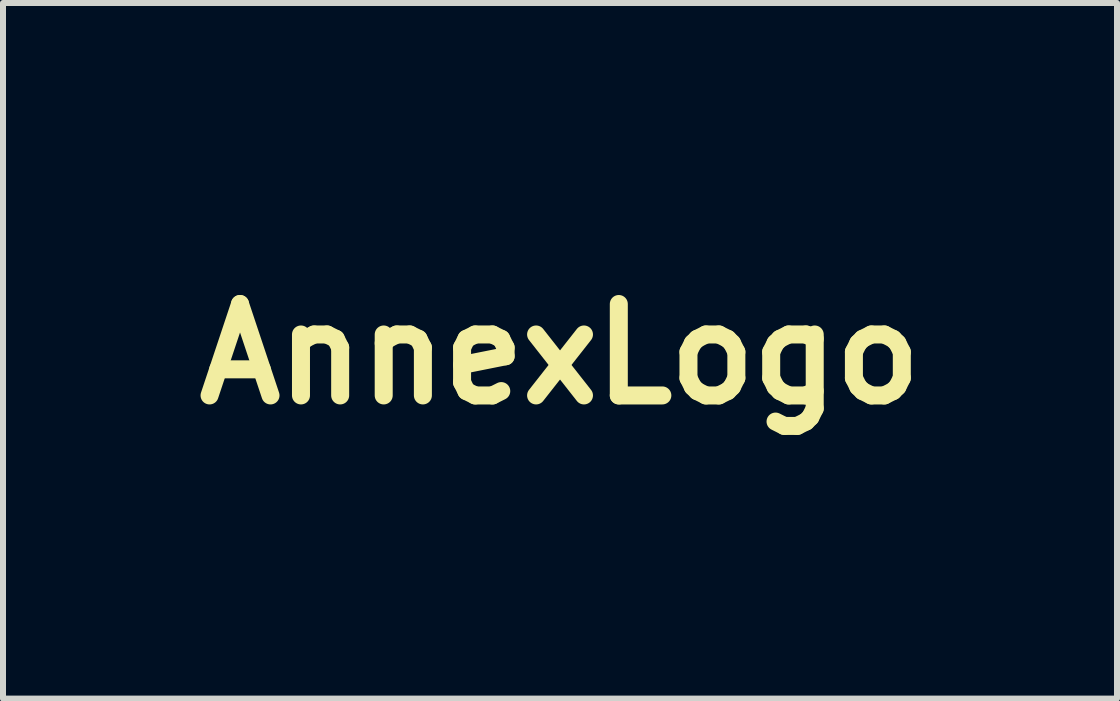
<source format=kicad_pcb>
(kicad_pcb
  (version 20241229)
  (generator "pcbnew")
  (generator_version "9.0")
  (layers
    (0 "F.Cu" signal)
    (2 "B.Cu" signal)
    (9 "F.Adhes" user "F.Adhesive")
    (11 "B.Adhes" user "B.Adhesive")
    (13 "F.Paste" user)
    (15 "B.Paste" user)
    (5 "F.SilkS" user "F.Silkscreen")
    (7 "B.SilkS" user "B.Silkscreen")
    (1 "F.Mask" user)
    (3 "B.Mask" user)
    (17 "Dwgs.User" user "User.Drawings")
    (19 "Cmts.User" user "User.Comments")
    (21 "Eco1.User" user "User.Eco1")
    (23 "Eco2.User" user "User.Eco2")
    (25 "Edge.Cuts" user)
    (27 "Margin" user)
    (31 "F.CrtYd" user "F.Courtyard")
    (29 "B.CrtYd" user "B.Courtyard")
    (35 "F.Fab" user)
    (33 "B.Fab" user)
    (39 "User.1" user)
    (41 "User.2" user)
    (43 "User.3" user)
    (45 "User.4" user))
  (footprint "AnnexLogo"
    (layer "F.Cu")
    (at 6.285 2.852)
    (property "Reference" "AnnexLogo" (at 0 0 0) (layer "F.SilkS") (effects (font (size 1.524 1.524) (thickness 0.3))))
    (attr through_hole)
    (fp_poly (pts (xy -0.089 0.315) (xy 0.031 0.316) (xy 0.126 0.319) (xy 0.184 0.322) (xy 0.198 0.325) (xy 0.18 0.349) (xy 0.133 0.402) (xy 0.067 0.474) (xy 0.063 0.478) (xy -0.071 0.622) (xy -0.223 0.468) (xy -0.375 0.314) (xy -0.089 0.315)) (stroke (width 0.01) (type solid)) (fill yes) (layer "F.Mask"))
    (fp_poly (pts (xy 1.243 -2.84) (xy 1.344 -2.78) (xy 1.357 -2.768) (xy 1.425 -2.668) (xy 1.443 -2.565) (xy 1.415 -2.471) (xy 1.345 -2.396) (xy 1.237 -2.354) (xy 1.222 -2.351) (xy 1.14 -2.346) (xy 1.082 -2.366) (xy 1.02 -2.419) (xy 1.017 -2.421) (xy 0.951 -2.509) (xy 0.937 -2.586) (xy 1.116 -2.586) (xy 1.137 -2.543) (xy 1.193 -2.513) (xy 1.239 -2.533) (xy 1.253 -2.557) (xy 1.257 -2.619) (xy 1.214 -2.65) (xy 1.187 -2.653) (xy 1.134 -2.632) (xy 1.116 -2.586) (xy 0.937 -2.586) (xy 0.935 -2.597) (xy 0.969 -2.699) (xy 0.974 -2.71) (xy 1.048 -2.803) (xy 1.141 -2.847) (xy 1.243 -2.84)) (stroke (width 0.01) (type solid)) (fill yes) (layer "F.Mask"))
    (fp_poly (pts (xy -0.354 0.564) (xy -0.255 0.66) (xy -0.169 0.739) (xy -0.104 0.794) (xy -0.069 0.818) (xy -0.067 0.818) (xy -0.038 0.799) (xy 0.021 0.747) (xy 0.103 0.669) (xy 0.198 0.574) (xy 0.207 0.564) (xy 0.313 0.457) (xy 0.39 0.384) (xy 0.448 0.34) (xy 0.494 0.318) (xy 0.539 0.311) (xy 0.551 0.31) (xy 0.616 0.316) (xy 0.648 0.329) (xy 0.649 0.332) (xy 0.63 0.358) (xy 0.578 0.417) (xy 0.498 0.501) (xy 0.399 0.602) (xy 0.331 0.671) (xy 0.193 0.808) (xy 0.086 0.906) (xy -0.001 0.966) (xy -0.076 0.987) (xy -0.15 0.972) (xy -0.232 0.919) (xy -0.333 0.829) (xy -0.46 0.705) (xy -0.748 0.421) (xy -0.923 0.427) (xy -1.055 0.421) (xy -1.143 0.395) (xy -1.183 0.35) (xy -1.185 0.335) (xy -1.159 0.325) (xy -1.088 0.317) (xy -0.985 0.312) (xy -0.899 0.31) (xy -0.613 0.31) (xy -0.354 0.564)) (stroke (width 0.01) (type solid)) (fill yes) (layer "F.Mask"))
    (fp_poly (pts (xy 1.324 0.313) (xy 1.42 0.317) (xy 1.481 0.325) (xy 1.496 0.333) (xy 1.476 0.362) (xy 1.427 0.416) (xy 1.36 0.48) (xy 1.289 0.544) (xy 1.229 0.595) (xy 1.19 0.62) (xy 1.186 0.621) (xy 1.156 0.602) (xy 1.107 0.557) (xy 1.101 0.55) (xy 1.051 0.503) (xy 1.018 0.48) (xy 1.016 0.48) (xy 0.991 0.499) (xy 0.932 0.551) (xy 0.845 0.631) (xy 0.737 0.734) (xy 0.614 0.852) (xy 0.576 0.888) (xy 0.155 1.297) (xy -0.085 1.297) (xy -0.326 1.298) (xy -0.86 0.762) (xy -1.24 0.762) (xy -1.452 0.549) (xy -1.539 0.46) (xy -1.609 0.387) (xy -1.653 0.339) (xy -1.665 0.323) (xy -1.64 0.316) (xy -1.578 0.315) (xy -1.554 0.315) (xy -1.484 0.325) (xy -1.423 0.354) (xy -1.353 0.412) (xy -1.308 0.456) (xy -1.235 0.528) (xy -1.18 0.569) (xy -1.122 0.588) (xy -1.041 0.592) (xy -0.986 0.593) (xy -0.798 0.593) (xy -0.518 0.875) (xy -0.238 1.157) (xy 0.071 1.157) (xy 0.491 0.737) (xy 0.91 0.317) (xy 1.203 0.312) (xy 1.324 0.313)) (stroke (width 0.01) (type solid)) (fill yes) (layer "F.Mask"))
    (fp_poly (pts (xy -0.974 -0.717) (xy -0.927 -0.677) (xy -0.842 -0.593) (xy 0.363 -0.593) (xy 0.447 -0.677) (xy 0.542 -0.742) (xy 0.639 -0.76) (xy 0.73 -0.738) (xy 0.805 -0.685) (xy 0.857 -0.609) (xy 0.876 -0.518) (xy 0.854 -0.419) (xy 0.807 -0.348) (xy 0.721 -0.284) (xy 0.618 -0.264) (xy 0.517 -0.286) (xy 0.44 -0.346) (xy 0.379 -0.423) (xy -0.248 -0.423) (xy -0.475 -0.422) (xy -0.653 -0.418) (xy -0.78 -0.412) (xy -0.854 -0.404) (xy -0.875 -0.395) (xy -0.898 -0.361) (xy -0.953 -0.319) (xy -1.021 -0.281) (xy -1.082 -0.258) (xy -1.101 -0.256) (xy -1.161 -0.268) (xy -1.203 -0.282) (xy -1.291 -0.344) (xy -1.341 -0.435) (xy -1.349 -0.52) (xy -1.178 -0.52) (xy -1.157 -0.465) (xy -1.124 -0.43) (xy -1.097 -0.433) (xy -1.059 -0.469) (xy -1.03 -0.514) (xy 0.567 -0.514) (xy 0.575 -0.466) (xy 0.608 -0.427) (xy 0.654 -0.441) (xy 0.677 -0.465) (xy 0.698 -0.522) (xy 0.682 -0.572) (xy 0.635 -0.593) (xy 0.588 -0.569) (xy 0.567 -0.514) (xy -1.03 -0.514) (xy -1.03 -0.514) (xy -1.047 -0.553) (xy -1.095 -0.588) (xy -1.119 -0.593) (xy -1.163 -0.571) (xy -1.178 -0.52) (xy -1.349 -0.52) (xy -1.351 -0.539) (xy -1.317 -0.64) (xy -1.28 -0.688) (xy -1.183 -0.751) (xy -1.078 -0.761) (xy -0.974 -0.717)) (stroke (width 0.01) (type solid)) (fill yes) (layer "F.Mask"))
    (fp_poly (pts (xy -2.43 0.318) (xy -2.393 0.334) (xy -2.348 0.365) (xy -2.287 0.416) (xy -2.206 0.492) (xy -2.098 0.598) (xy -1.957 0.738) (xy -1.921 0.775) (xy -1.452 1.243) (xy -1.269 1.245) (xy -1.087 1.246) (xy -0.677 1.654) (xy -0.267 2.061) (xy -0.142 1.934) (xy -0.072 1.866) (xy -0.019 1.827) (xy 0.04 1.811) (xy 0.126 1.806) (xy 0.171 1.806) (xy 0.358 1.806) (xy 0.679 1.482) (xy 0.999 1.157) (xy 1.093 1.248) (xy 1.187 1.339) (xy 1.703 0.823) (xy 1.86 0.666) (xy 1.983 0.545) (xy 2.077 0.455) (xy 2.147 0.391) (xy 2.2 0.35) (xy 2.24 0.326) (xy 2.274 0.316) (xy 2.306 0.314) (xy 2.331 0.316) (xy 2.441 0.325) (xy 1.825 0.931) (xy 1.671 1.082) (xy 1.53 1.22) (xy 1.407 1.34) (xy 1.306 1.437) (xy 1.234 1.506) (xy 1.194 1.542) (xy 1.188 1.546) (xy 1.157 1.532) (xy 1.108 1.49) (xy 1.101 1.482) (xy 1.048 1.434) (xy 1.006 1.411) (xy 1.003 1.411) (xy 0.973 1.43) (xy 0.912 1.482) (xy 0.827 1.561) (xy 0.727 1.658) (xy 0.691 1.693) (xy 0.41 1.976) (xy 0.044 1.976) (xy -0.269 2.286) (xy -0.706 1.848) (xy -1.142 1.411) (xy -1.51 1.41) (xy -2.059 0.867) (xy -2.608 0.325) (xy -2.499 0.316) (xy -2.463 0.314) (xy -2.43 0.318)) (stroke (width 0.01) (type solid)) (fill yes) (layer "F.Mask"))
    (fp_poly (pts (xy -0.157 -1.194) (xy -0.08 -1.138) (xy -0.03 -1.056) (xy -0.017 -0.957) (xy -0.043 -0.863) (xy -0.111 -0.777) (xy -0.204 -0.731) (xy -0.306 -0.726) (xy -0.402 -0.765) (xy -0.443 -0.803) (xy -0.468 -0.83) (xy -0.495 -0.849) (xy -0.532 -0.862) (xy -0.591 -0.87) (xy -0.679 -0.873) (xy -0.806 -0.875) (xy -0.952 -0.875) (xy -1.4 -0.875) (xy -1.51 -0.762) (xy -1.575 -0.689) (xy -1.607 -0.631) (xy -1.615 -0.564) (xy -1.614 -0.529) (xy -1.625 -0.413) (xy -1.673 -0.334) (xy -1.761 -0.283) (xy -1.827 -0.261) (xy -1.871 -0.259) (xy -1.919 -0.274) (xy -2.011 -0.331) (xy -2.066 -0.413) (xy -2.087 -0.508) (xy -2.087 -0.51) (xy -1.917 -0.51) (xy -1.903 -0.462) (xy -1.889 -0.45) (xy -1.831 -0.439) (xy -1.79 -0.471) (xy -1.784 -0.519) (xy -1.813 -0.569) (xy -1.848 -0.579) (xy -1.896 -0.557) (xy -1.917 -0.51) (xy -2.087 -0.51) (xy -2.074 -0.603) (xy -2.03 -0.685) (xy -1.955 -0.743) (xy -1.859 -0.762) (xy -1.8 -0.772) (xy -1.736 -0.806) (xy -1.654 -0.872) (xy -1.61 -0.914) (xy -1.547 -0.974) (xy -0.334 -0.974) (xy -0.327 -0.942) (xy -0.293 -0.909) (xy -0.247 -0.915) (xy -0.211 -0.954) (xy -0.203 -0.981) (xy -0.208 -1.031) (xy -0.25 -1.044) (xy -0.314 -1.025) (xy -0.334 -0.974) (xy -1.547 -0.974) (xy -1.45 -1.066) (xy -0.983 -1.067) (xy -0.81 -1.067) (xy -0.685 -1.069) (xy -0.598 -1.074) (xy -0.539 -1.082) (xy -0.5 -1.095) (xy -0.471 -1.114) (xy -0.442 -1.141) (xy -0.442 -1.141) (xy -0.348 -1.203) (xy -0.25 -1.218) (xy -0.157 -1.194)) (stroke (width 0.01) (type solid)) (fill yes) (layer "F.Mask"))
    (fp_poly (pts (xy -2.919 0.313) (xy -2.887 0.323) (xy -2.849 0.345) (xy -2.798 0.383) (xy -2.732 0.442) (xy -2.645 0.524) (xy -2.532 0.635) (xy -2.389 0.778) (xy -2.223 0.945) (xy -1.595 1.58) (xy -1.196 1.58) (xy -0.735 2.046) (xy -0.604 2.178) (xy -0.485 2.296) (xy -0.386 2.393) (xy -0.311 2.465) (xy -0.266 2.505) (xy -0.256 2.512) (xy -0.23 2.493) (xy -0.174 2.443) (xy -0.098 2.37) (xy -0.056 2.328) (xy 0.125 2.145) (xy 0.493 2.145) (xy 0.754 1.885) (xy 1.015 1.625) (xy 1.201 1.806) (xy 1.904 1.1) (xy 2.068 0.937) (xy 2.22 0.786) (xy 2.355 0.654) (xy 2.469 0.544) (xy 2.558 0.462) (xy 2.615 0.411) (xy 2.636 0.396) (xy 2.682 0.412) (xy 2.715 0.433) (xy 2.724 0.446) (xy 2.721 0.466) (xy 2.704 0.497) (xy 2.668 0.544) (xy 2.611 0.609) (xy 2.529 0.696) (xy 2.419 0.81) (xy 2.277 0.953) (xy 2.101 1.13) (xy 1.98 1.251) (xy 1.197 2.033) (xy 1.105 1.943) (xy 1.013 1.853) (xy 0.795 2.069) (xy 0.577 2.286) (xy 0.207 2.286) (xy -0.021 2.512) (xy -0.113 2.601) (xy -0.188 2.674) (xy -0.24 2.722) (xy -0.259 2.738) (xy -0.28 2.718) (xy -0.337 2.665) (xy -0.421 2.582) (xy -0.53 2.475) (xy -0.656 2.35) (xy -0.762 2.244) (xy -1.256 1.75) (xy -1.454 1.75) (xy -1.651 1.75) (xy -2.35 1.051) (xy -2.512 0.888) (xy -2.662 0.737) (xy -2.793 0.603) (xy -2.902 0.491) (xy -2.983 0.405) (xy -3.034 0.35) (xy -3.048 0.331) (xy -3.023 0.318) (xy -2.962 0.311) (xy -2.949 0.31) (xy -2.919 0.313)) (stroke (width 0.01) (type solid)) (fill yes) (layer "F.Mask"))
    (fp_poly (pts (xy 1.862 0.315) (xy 1.865 0.315) (xy 1.978 0.322) (xy 1.183 1.115) (xy 1.096 1.019) (xy 1.01 0.924) (xy 0.653 1.28) (xy 0.296 1.637) (xy 0.111 1.637) (xy 0.007 1.639) (xy -0.06 1.651) (xy -0.109 1.678) (xy -0.155 1.722) (xy -0.209 1.774) (xy -0.246 1.804) (xy -0.252 1.806) (xy -0.276 1.787) (xy -0.334 1.735) (xy -0.418 1.656) (xy -0.522 1.555) (xy -0.627 1.453) (xy -0.985 1.101) (xy -1.37 1.101) (xy -1.743 0.726) (xy -1.861 0.608) (xy -1.963 0.502) (xy -2.044 0.416) (xy -2.097 0.356) (xy -2.117 0.33) (xy -2.117 0.33) (xy -2.092 0.318) (xy -2.03 0.317) (xy -2.004 0.319) (xy -1.956 0.327) (xy -1.909 0.346) (xy -1.855 0.382) (xy -1.786 0.442) (xy -1.694 0.531) (xy -1.594 0.631) (xy -1.297 0.931) (xy -1.104 0.931) (xy -1 0.933) (xy -0.933 0.943) (xy -0.883 0.968) (xy -0.829 1.018) (xy -0.797 1.051) (xy -0.727 1.124) (xy -0.632 1.221) (xy -0.526 1.326) (xy -0.47 1.381) (xy -0.255 1.592) (xy -0.189 1.53) (xy -0.14 1.494) (xy -0.077 1.475) (xy 0.018 1.468) (xy 0.059 1.468) (xy 0.242 1.468) (xy 0.616 1.087) (xy 0.734 0.967) (xy 0.839 0.863) (xy 0.925 0.781) (xy 0.985 0.726) (xy 1.012 0.706) (xy 1.012 0.706) (xy 1.045 0.724) (xy 1.095 0.77) (xy 1.101 0.776) (xy 1.153 0.824) (xy 1.193 0.846) (xy 1.196 0.847) (xy 1.225 0.828) (xy 1.285 0.775) (xy 1.368 0.697) (xy 1.465 0.6) (xy 1.488 0.577) (xy 1.595 0.469) (xy 1.673 0.394) (xy 1.729 0.348) (xy 1.773 0.323) (xy 1.815 0.314) (xy 1.862 0.315)) (stroke (width 0.01) (type solid)) (fill yes) (layer "F.Mask"))
    (fp_poly (pts (xy -0.185 -1.948) (xy -0.176 -1.945) (xy -0.09 -1.89) (xy -0.032 -1.804) (xy -0.014 -1.704) (xy -0.02 -1.667) (xy -0.02 -1.631) (xy 0.001 -1.586) (xy 0.049 -1.524) (xy 0.131 -1.436) (xy 0.186 -1.38) (xy 0.408 -1.157) (xy 1.27 -1.157) (xy 1.27 -0.875) (xy 1.27 -0.747) (xy 1.274 -0.665) (xy 1.282 -0.619) (xy 1.298 -0.598) (xy 1.323 -0.593) (xy 1.338 -0.593) (xy 1.403 -0.613) (xy 1.476 -0.663) (xy 1.491 -0.677) (xy 1.585 -0.741) (xy 1.681 -0.758) (xy 1.772 -0.737) (xy 1.848 -0.686) (xy 1.901 -0.612) (xy 1.923 -0.524) (xy 1.903 -0.428) (xy 1.856 -0.354) (xy 1.761 -0.284) (xy 1.653 -0.266) (xy 1.54 -0.303) (xy 1.531 -0.309) (xy 1.472 -0.353) (xy 1.441 -0.389) (xy 1.439 -0.395) (xy 1.414 -0.41) (xy 1.346 -0.421) (xy 1.271 -0.423) (xy 1.103 -0.423) (xy 1.1 -0.504) (xy 1.612 -0.504) (xy 1.632 -0.456) (xy 1.641 -0.449) (xy 1.689 -0.445) (xy 1.729 -0.479) (xy 1.744 -0.531) (xy 1.74 -0.55) (xy 1.701 -0.585) (xy 1.673 -0.587) (xy 1.628 -0.556) (xy 1.612 -0.504) (xy 1.1 -0.504) (xy 1.095 -0.699) (xy 1.087 -0.974) (xy 0.712 -0.982) (xy 0.338 -0.989) (xy 0.094 -1.228) (xy -0.012 -1.331) (xy -0.088 -1.399) (xy -0.145 -1.44) (xy -0.192 -1.46) (xy -0.24 -1.467) (xy -0.26 -1.468) (xy -0.371 -1.49) (xy -0.45 -1.548) (xy -0.497 -1.63) (xy -0.508 -1.708) (xy -0.334 -1.708) (xy -0.327 -1.676) (xy -0.293 -1.643) (xy -0.247 -1.649) (xy -0.211 -1.688) (xy -0.203 -1.715) (xy -0.208 -1.765) (xy -0.25 -1.778) (xy -0.314 -1.759) (xy -0.334 -1.708) (xy -0.508 -1.708) (xy -0.51 -1.724) (xy -0.486 -1.819) (xy -0.425 -1.901) (xy -0.327 -1.958) (xy -0.265 -1.962) (xy -0.185 -1.948)) (stroke (width 0.01) (type solid)) (fill yes) (layer "F.Mask"))
    (fp_poly (pts (xy -0.033 -2.344) (xy 0.196 -2.117) (xy 0.572 -2.117) (xy 0.781 -1.905) (xy 0.869 -1.818) (xy 0.943 -1.748) (xy 0.994 -1.704) (xy 1.012 -1.693) (xy 1.045 -1.712) (xy 1.095 -1.758) (xy 1.101 -1.764) (xy 1.152 -1.812) (xy 1.189 -1.834) (xy 1.191 -1.834) (xy 1.217 -1.815) (xy 1.277 -1.761) (xy 1.366 -1.678) (xy 1.478 -1.57) (xy 1.609 -1.442) (xy 1.752 -1.301) (xy 1.755 -1.298) (xy 1.917 -1.138) (xy 2.045 -1.013) (xy 2.143 -0.919) (xy 2.218 -0.852) (xy 2.275 -0.807) (xy 2.318 -0.78) (xy 2.353 -0.767) (xy 2.386 -0.762) (xy 2.399 -0.762) (xy 2.511 -0.74) (xy 2.592 -0.683) (xy 2.64 -0.603) (xy 2.654 -0.51) (xy 2.634 -0.418) (xy 2.578 -0.337) (xy 2.486 -0.28) (xy 2.436 -0.266) (xy 2.37 -0.262) (xy 2.309 -0.289) (xy 2.255 -0.333) (xy 2.194 -0.397) (xy 2.168 -0.459) (xy 2.166 -0.51) (xy 2.345 -0.51) (xy 2.359 -0.462) (xy 2.372 -0.45) (xy 2.431 -0.439) (xy 2.471 -0.471) (xy 2.478 -0.519) (xy 2.449 -0.569) (xy 2.413 -0.579) (xy 2.366 -0.557) (xy 2.345 -0.51) (xy 2.166 -0.51) (xy 2.165 -0.528) (xy 2.165 -0.564) (xy 2.159 -0.598) (xy 2.142 -0.635) (xy 2.109 -0.682) (xy 2.057 -0.744) (xy 1.979 -0.826) (xy 1.873 -0.935) (xy 1.732 -1.077) (xy 1.683 -1.126) (xy 1.195 -1.612) (xy 1.105 -1.52) (xy 1.015 -1.427) (xy 0.754 -1.687) (xy 0.493 -1.947) (xy 0.12 -1.947) (xy -0.067 -2.137) (xy -0.255 -2.327) (xy -0.728 -1.855) (xy -1.2 -1.383) (xy -1.592 -1.383) (xy -2.242 -0.734) (xy -2.893 -0.085) (xy -0.095 -0.085) (xy 0.369 -0.085) (xy 0.78 -0.085) (xy 1.14 -0.086) (xy 1.454 -0.086) (xy 1.724 -0.087) (xy 1.953 -0.089) (xy 2.145 -0.091) (xy 2.303 -0.093) (xy 2.43 -0.096) (xy 2.529 -0.099) (xy 2.604 -0.103) (xy 2.657 -0.108) (xy 2.692 -0.114) (xy 2.711 -0.12) (xy 2.719 -0.127) (xy 2.72 -0.127) (xy 2.754 -0.166) (xy 2.819 -0.209) (xy 2.832 -0.215) (xy 2.898 -0.243) (xy 2.949 -0.245) (xy 3.012 -0.22) (xy 3.036 -0.208) (xy 3.133 -0.135) (xy 3.18 -0.04) (xy 3.177 0.065) (xy 3.123 0.17) (xy 3.104 0.191) (xy 3.019 0.246) (xy 2.918 0.253) (xy 2.816 0.213) (xy 2.762 0.169) (xy 2.677 0.085) (xy -0.3 0.078) (xy -3.278 0.071) (xy -3.223 0.016) (xy 2.853 0.016) (xy 2.876 0.06) (xy 2.927 0.08) (xy 2.942 0.08) (xy 2.995 0.052) (xy 3.006 0.014) (xy 2.983 -0.034) (xy 2.933 -0.055) (xy 2.879 -0.039) (xy 2.872 -0.033) (xy 2.853 0.016) (xy -3.223 0.016) (xy -2.456 -0.756) (xy -1.634 -1.583) (xy -1.459 -1.571) (xy -1.284 -1.559) (xy -0.773 -2.065) (xy -0.263 -2.572) (xy -0.033 -2.344)) (stroke (width 0.01) (type solid)) (fill yes) (layer "F.Mask")))
  (gr_rect
    (start -3 -3)
    (end 15.569 8.595)
    (stroke (width 0.1) (type default))
    (fill no)
    (layer "Edge.Cuts")))
</source>
